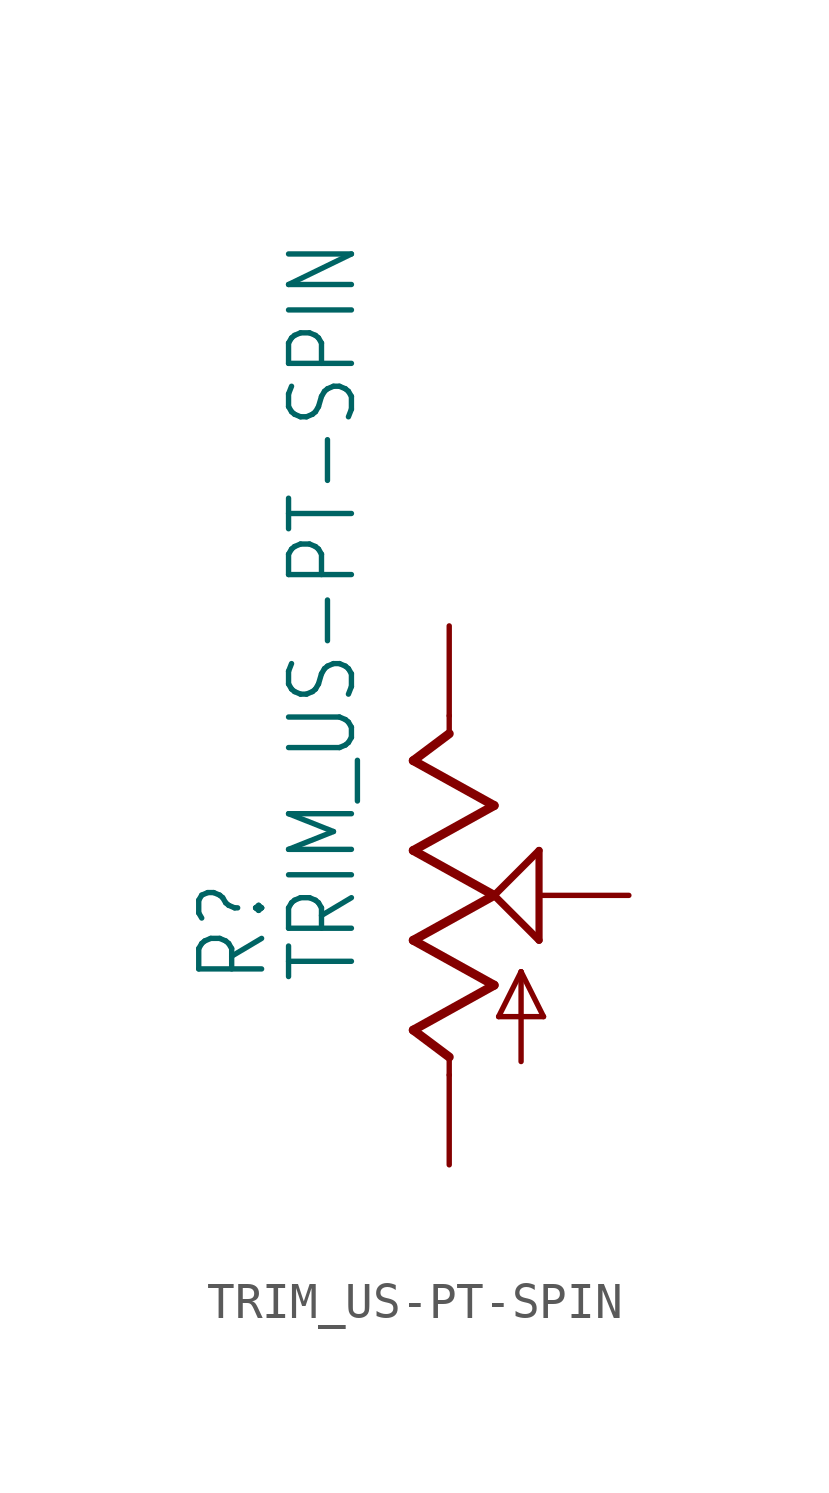
<source format=kicad_sym>
(kicad_symbol_lib
  (version 20211014)
  (generator kicad_symbol_editor)
  (symbol "TRIM_US-PT-SPIN"
    (property "Reference" "R"
      (at -5.08 -2.54 90)
      (effects (font (size 1.778 1.511)) (justify left bottom)))
    (property "Value" "TRIM_US-PT-SPIN"
      (at -2.54 -2.54 90)
      (effects (font (size 1.778 1.511)) (justify left bottom)))
    (property "ki_locked" ""
      (at 0 0 0)
      (effects (font (size 1.27 1.27))))
    (symbol "TRIM_US-PT-SPIN_1_0"
      (polyline (pts (xy -1.016 -3.81) (xy 1.27 -2.54)) (stroke (width 0.254) (type default) (color 0 0 0 0)) (fill (type none)))
      (polyline (pts (xy -1.016 -1.27) (xy 1.27 0)) (stroke (width 0.254) (type default) (color 0 0 0 0)) (fill (type none)))
      (polyline (pts (xy -1.016 1.27) (xy 1.27 2.54)) (stroke (width 0.254) (type default) (color 0 0 0 0)) (fill (type none)))
      (polyline (pts (xy -1.016 3.81) (xy 0 4.572)) (stroke (width 0.254) (type default) (color 0 0 0 0)) (fill (type none)))
      (polyline (pts (xy 0 -5.08) (xy 0 -4.572)) (stroke (width 0.152) (type default) (color 0 0 0 0)) (fill (type none)))
      (polyline (pts (xy 0 -4.572) (xy -1.016 -3.81)) (stroke (width 0.254) (type default) (color 0 0 0 0)) (fill (type none)))
      (polyline (pts (xy 0 4.572) (xy 0 5.08)) (stroke (width 0.152) (type default) (color 0 0 0 0)) (fill (type none)))
      (polyline (pts (xy 1.27 -2.54) (xy -1.016 -1.27)) (stroke (width 0.254) (type default) (color 0 0 0 0)) (fill (type none)))
      (polyline (pts (xy 1.27 0) (xy -1.016 1.27)) (stroke (width 0.254) (type default) (color 0 0 0 0)) (fill (type none)))
      (polyline (pts (xy 1.27 0) (xy 2.54 1.27)) (stroke (width 0.203) (type default) (color 0 0 0 0)) (fill (type none)))
      (polyline (pts (xy 1.27 2.54) (xy -1.016 3.81)) (stroke (width 0.254) (type default) (color 0 0 0 0)) (fill (type none)))
      (polyline (pts (xy 1.397 -3.429) (xy 2.032 -2.159)) (stroke (width 0.152) (type default) (color 0 0 0 0)) (fill (type none)))
      (polyline (pts (xy 2.032 -4.699) (xy 2.032 -2.159)) (stroke (width 0.152) (type default) (color 0 0 0 0)) (fill (type none)))
      (polyline (pts (xy 2.032 -2.159) (xy 2.667 -3.429)) (stroke (width 0.152) (type default) (color 0 0 0 0)) (fill (type none)))
      (polyline (pts (xy 2.54 -1.27) (xy 1.27 0)) (stroke (width 0.203) (type default) (color 0 0 0 0)) (fill (type none)))
      (polyline (pts (xy 2.54 1.27) (xy 2.54 -1.27)) (stroke (width 0.203) (type default) (color 0 0 0 0)) (fill (type none)))
      (polyline (pts (xy 2.667 -3.429) (xy 1.397 -3.429)) (stroke (width 0.152) (type default) (color 0 0 0 0)) (fill (type none)))
      (pin passive line (at 0 -7.62 90) (length 2.54) (name "A" (effects (font (size 0 0)))) (number "A" (effects (font (size 0 0)))))
      (pin passive line (at 0 7.62 270) (length 2.54) (name "E" (effects (font (size 0 0)))) (number "E" (effects (font (size 0 0)))))
      (pin passive line (at 5.08 0 180) (length 2.54) (name "S" (effects (font (size 0 0)))) (number "S" (effects (font (size 0 0))))))))
</source>
